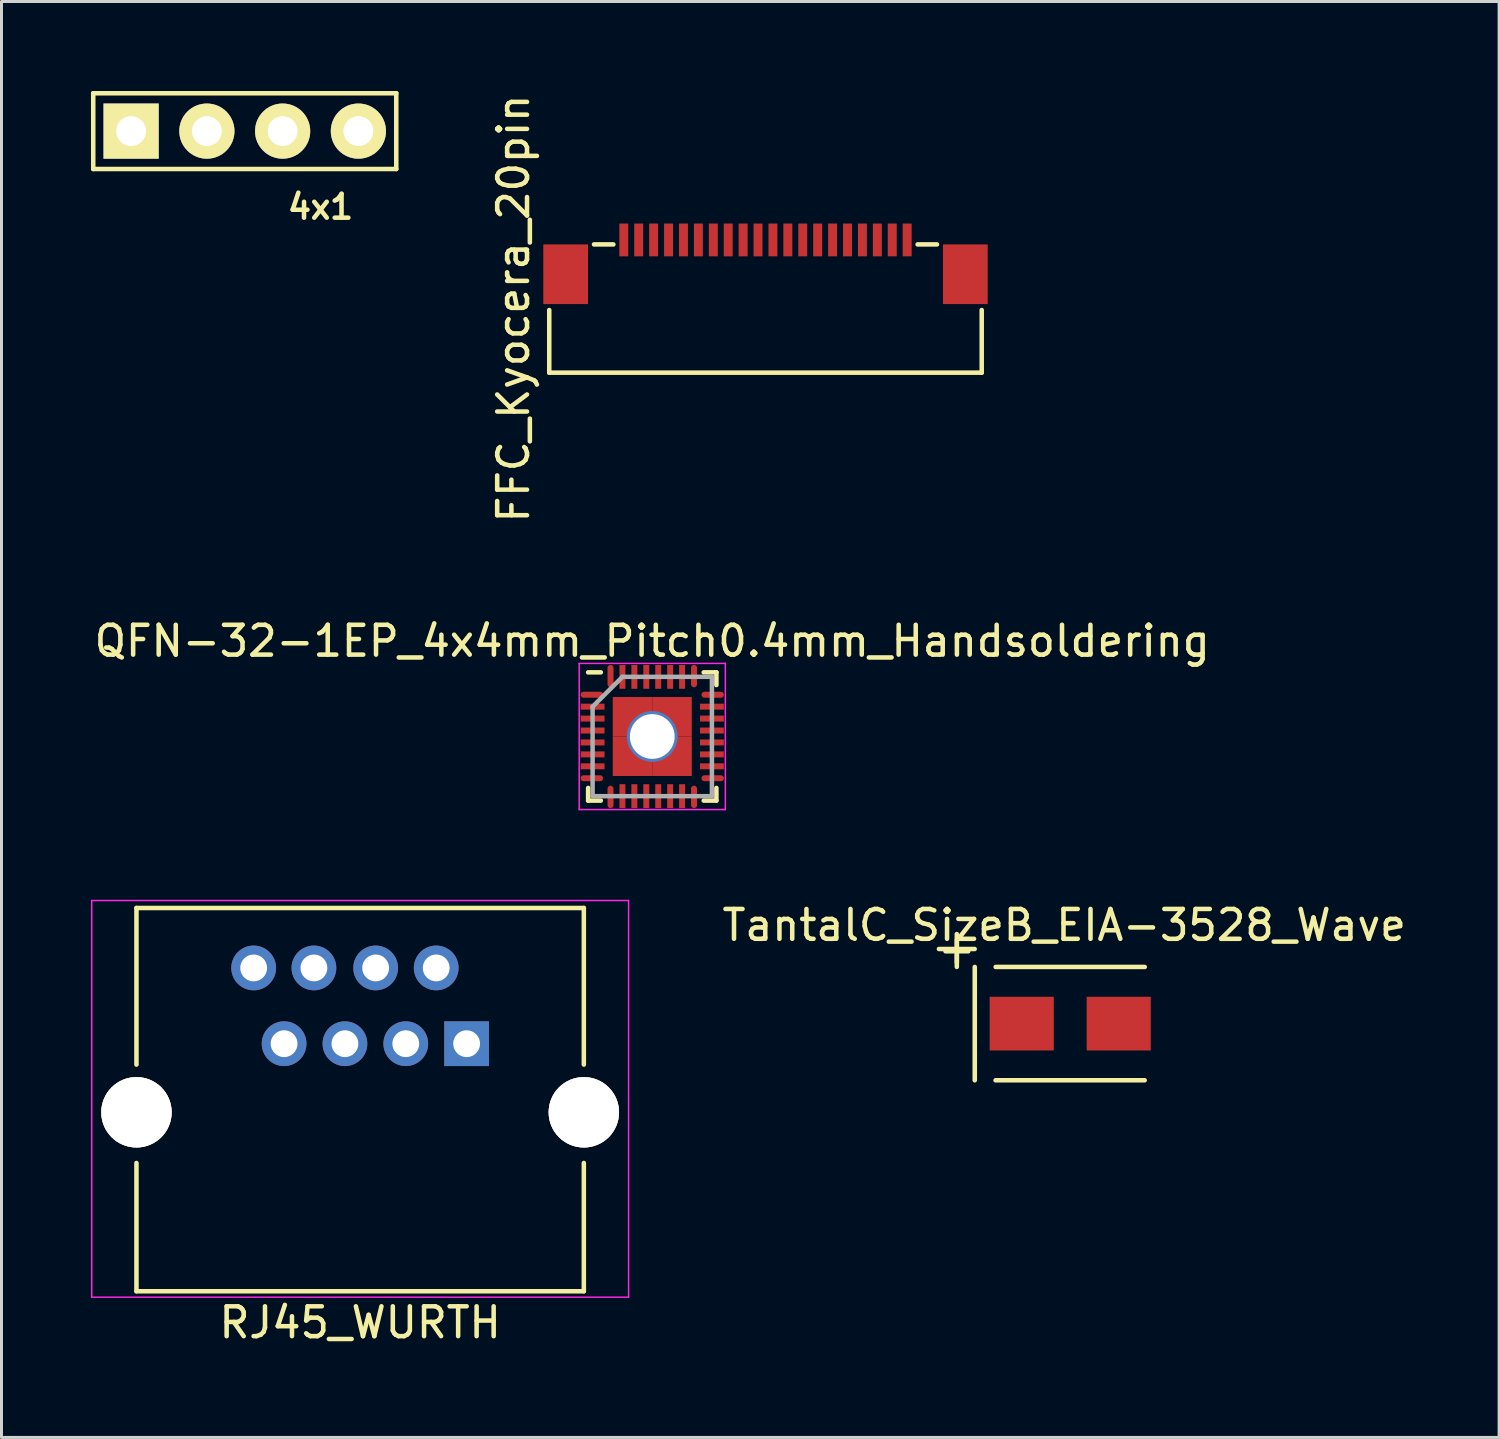
<source format=kicad_pcb>
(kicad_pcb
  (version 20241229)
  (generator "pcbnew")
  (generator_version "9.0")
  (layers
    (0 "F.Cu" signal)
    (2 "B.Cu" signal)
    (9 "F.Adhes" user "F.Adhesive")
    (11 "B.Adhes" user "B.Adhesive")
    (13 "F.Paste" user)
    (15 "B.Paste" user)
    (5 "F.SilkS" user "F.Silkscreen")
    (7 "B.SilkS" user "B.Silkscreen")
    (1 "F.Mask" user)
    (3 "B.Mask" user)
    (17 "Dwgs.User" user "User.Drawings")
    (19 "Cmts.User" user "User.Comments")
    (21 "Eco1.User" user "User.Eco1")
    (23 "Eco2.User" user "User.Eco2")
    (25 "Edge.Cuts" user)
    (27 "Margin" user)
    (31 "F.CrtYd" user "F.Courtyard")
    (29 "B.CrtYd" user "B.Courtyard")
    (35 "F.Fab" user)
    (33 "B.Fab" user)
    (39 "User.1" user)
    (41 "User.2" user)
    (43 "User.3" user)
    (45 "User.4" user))
  (footprint "QFN-32-1EP_4x4mm_Pitch0.4mm_Handsoldering"
    (layer "F.Cu")
    (at 18.819 21.643)
    (property "Reference" "QFN-32-1EP_4x4mm_Pitch0.4mm_Handsoldering" (at 0 -3.2 0) (layer "F.SilkS") (effects (font (size 1 1) (thickness 0.152))))
    (attr smd)
    (fp_line (start -2.15 -2.15) (end -1.725 -2.15) (stroke (width 0.152) (type solid)) (layer "F.SilkS"))
    (fp_line (start -2.15 2.15) (end -2.15 1.725) (stroke (width 0.152) (type solid)) (layer "F.SilkS"))
    (fp_line (start -2.15 2.15) (end -1.725 2.15) (stroke (width 0.152) (type solid)) (layer "F.SilkS"))
    (fp_line (start 2.15 -2.15) (end 1.725 -2.15) (stroke (width 0.152) (type solid)) (layer "F.SilkS"))
    (fp_line (start 2.15 -2.15) (end 2.15 -1.725) (stroke (width 0.152) (type solid)) (layer "F.SilkS"))
    (fp_line (start 2.15 2.15) (end 1.725 2.15) (stroke (width 0.152) (type solid)) (layer "F.SilkS"))
    (fp_line (start 2.15 2.15) (end 2.15 1.725) (stroke (width 0.152) (type solid)) (layer "F.SilkS"))
    (fp_line (start -2.45 -2.45) (end -2.45 2.45) (stroke (width 0.05) (type solid)) (layer "F.CrtYd"))
    (fp_line (start -2.45 -2.45) (end 2.45 -2.45) (stroke (width 0.05) (type solid)) (layer "F.CrtYd"))
    (fp_line (start -2.45 2.45) (end 2.45 2.45) (stroke (width 0.05) (type solid)) (layer "F.CrtYd"))
    (fp_line (start 2.45 -2.45) (end 2.45 2.45) (stroke (width 0.05) (type solid)) (layer "F.CrtYd"))
    (fp_line (start -2 -1) (end -1 -2) (stroke (width 0.15) (type solid)) (layer "F.Fab"))
    (fp_line (start -2 2) (end -2 -1) (stroke (width 0.15) (type solid)) (layer "F.Fab"))
    (fp_line (start -1 -2) (end 2 -2) (stroke (width 0.15) (type solid)) (layer "F.Fab"))
    (fp_line (start 2 -2) (end 2 2) (stroke (width 0.15) (type solid)) (layer "F.Fab"))
    (fp_line (start 2 2) (end -2 2) (stroke (width 0.15) (type solid)) (layer "F.Fab"))
    (pad "1" smd oval (at -2.025 -1.4) (size 0.75 0.2) (layers "F.Cu" "F.Mask" "F.Paste"))
    (pad "2" smd rect (at -2 -1) (size 0.8 0.2) (layers "F.Cu" "F.Mask" "F.Paste"))
    (pad "3" smd rect (at -2 -0.6) (size 0.8 0.2) (layers "F.Cu" "F.Mask" "F.Paste"))
    (pad "4" smd rect (at -2 -0.2) (size 0.8 0.2) (layers "F.Cu" "F.Mask" "F.Paste"))
    (pad "5" smd rect (at -2 0.2) (size 0.8 0.2) (layers "F.Cu" "F.Mask" "F.Paste"))
    (pad "6" smd rect (at -2 0.6) (size 0.8 0.2) (layers "F.Cu" "F.Mask" "F.Paste"))
    (pad "7" smd rect (at -2 1) (size 0.8 0.2) (layers "F.Cu" "F.Mask" "F.Paste"))
    (pad "8" smd oval (at -2.025 1.4) (size 0.75 0.2) (layers "F.Cu" "F.Mask" "F.Paste"))
    (pad "9" smd oval (at -1.4 2.025 90) (size 0.75 0.2) (layers "F.Cu" "F.Mask" "F.Paste"))
    (pad "10" smd rect (at -1 2 90) (size 0.8 0.2) (layers "F.Cu" "F.Mask" "F.Paste"))
    (pad "11" smd rect (at -0.6 2 90) (size 0.8 0.2) (layers "F.Cu" "F.Mask" "F.Paste"))
    (pad "12" smd rect (at -0.2 2 90) (size 0.8 0.2) (layers "F.Cu" "F.Mask" "F.Paste"))
    (pad "13" smd rect (at 0.2 2 90) (size 0.8 0.2) (layers "F.Cu" "F.Mask" "F.Paste"))
    (pad "14" smd rect (at 0.6 2 90) (size 0.8 0.2) (layers "F.Cu" "F.Mask" "F.Paste"))
    (pad "15" smd rect (at 1 2 90) (size 0.8 0.2) (layers "F.Cu" "F.Mask" "F.Paste"))
    (pad "16" smd oval (at 1.4 2.025 90) (size 0.75 0.2) (layers "F.Cu" "F.Mask" "F.Paste"))
    (pad "17" smd oval (at 2.025 1.4) (size 0.75 0.2) (layers "F.Cu" "F.Mask" "F.Paste"))
    (pad "18" smd rect (at 2 1) (size 0.8 0.2) (layers "F.Cu" "F.Mask" "F.Paste"))
    (pad "19" smd rect (at 2 0.6) (size 0.8 0.2) (layers "F.Cu" "F.Mask" "F.Paste"))
    (pad "20" smd rect (at 2 0.2) (size 0.8 0.2) (layers "F.Cu" "F.Mask" "F.Paste"))
    (pad "21" smd rect (at 2 -0.2) (size 0.8 0.2) (layers "F.Cu" "F.Mask" "F.Paste"))
    (pad "22" smd rect (at 2 -0.6) (size 0.8 0.2) (layers "F.Cu" "F.Mask" "F.Paste"))
    (pad "23" smd rect (at 2 -1) (size 0.8 0.2) (layers "F.Cu" "F.Mask" "F.Paste"))
    (pad "24" smd oval (at 2.025 -1.4) (size 0.75 0.2) (layers "F.Cu" "F.Mask" "F.Paste"))
    (pad "25" smd oval (at 1.4 -2.025 90) (size 0.75 0.2) (layers "F.Cu" "F.Mask" "F.Paste"))
    (pad "26" smd rect (at 1 -2 90) (size 0.8 0.2) (layers "F.Cu" "F.Mask" "F.Paste"))
    (pad "27" smd rect (at 0.6 -2 90) (size 0.8 0.2) (layers "F.Cu" "F.Mask" "F.Paste"))
    (pad "28" smd rect (at 0.2 -2 90) (size 0.8 0.2) (layers "F.Cu" "F.Mask" "F.Paste"))
    (pad "29" smd rect (at -0.2 -2 90) (size 0.8 0.2) (layers "F.Cu" "F.Mask" "F.Paste"))
    (pad "30" smd rect (at -0.6 -2 90) (size 0.8 0.2) (layers "F.Cu" "F.Mask" "F.Paste"))
    (pad "31" smd rect (at -1 -2 90) (size 0.8 0.2) (layers "F.Cu" "F.Mask" "F.Paste"))
    (pad "32" smd oval (at -1.4 -2.025 90) (size 0.75 0.2) (layers "F.Cu" "F.Mask" "F.Paste"))
    (pad "33" smd rect (at -0.662 -0.662) (size 1.325 1.325) (layers "F.Cu" "F.Mask" "F.Paste"))
    (pad "33" smd rect (at -0.662 0.662) (size 1.325 1.325) (layers "F.Cu" "F.Mask" "F.Paste"))
    (pad "33" thru_hole circle (at 0 0 90) (size 1.7 1.7) (drill 1.5) (layers "*.Cu" "*.Mask"))
    (pad "33" smd rect (at 0.662 -0.662) (size 1.325 1.325) (layers "F.Cu" "F.Mask" "F.Paste"))
    (pad "33" smd rect (at 0.662 0.662) (size 1.325 1.325) (layers "F.Cu" "F.Mask" "F.Paste")))
  (footprint "RJ45_WURTH"
    (layer "F.Cu")
    (at 9.025 31.943)
    (property "Reference" "RJ45_WURTH" (at 0 9.35 0) (layer "F.SilkS") (effects (font (size 1 1) (thickness 0.152))))
    (attr through_hole)
    (fp_line (start -7.5 -4.55) (end -7.5 0.7) (stroke (width 0.152) (type solid)) (layer "F.SilkS"))
    (fp_line (start -7.5 4) (end -7.5 8.3) (stroke (width 0.152) (type solid)) (layer "F.SilkS"))
    (fp_line (start -7.5 8.3) (end 7.5 8.3) (stroke (width 0.152) (type solid)) (layer "F.SilkS"))
    (fp_line (start 7.5 -4.55) (end -7.5 -4.55) (stroke (width 0.152) (type solid)) (layer "F.SilkS"))
    (fp_line (start 7.5 -4.55) (end 7.5 0.7) (stroke (width 0.152) (type solid)) (layer "F.SilkS"))
    (fp_line (start 7.5 4) (end 7.5 8.3) (stroke (width 0.152) (type solid)) (layer "F.SilkS"))
    (fp_line (start -9 -4.8) (end -9 8.5) (stroke (width 0.05) (type solid)) (layer "F.CrtYd"))
    (fp_line (start -9 -4.8) (end 9 -4.8) (stroke (width 0.05) (type solid)) (layer "F.CrtYd"))
    (fp_line (start 9 8.5) (end -9 8.5) (stroke (width 0.05) (type solid)) (layer "F.CrtYd"))
    (fp_line (start 9 8.5) (end 9 -4.8) (stroke (width 0.05) (type solid)) (layer "F.CrtYd"))
    (pad "" np_thru_hole circle (at -7.5 2.3) (size 2.36 2.36) (drill 2.36) (layers "*.Cu" "*.SilkS" "*.Mask"))
    (pad "" np_thru_hole circle (at 7.5 2.3) (size 2.36 2.36) (drill 2.36) (layers "*.Cu" "*.SilkS" "*.Mask"))
    (pad "1" thru_hole rect (at 3.57 0) (size 1.5 1.5) (drill 0.9) (layers "*.Cu" "*.Mask"))
    (pad "2" thru_hole circle (at 2.55 -2.54) (size 1.5 1.5) (drill 0.9) (layers "*.Cu" "*.Mask"))
    (pad "3" thru_hole circle (at 1.53 0) (size 1.5 1.5) (drill 0.9) (layers "*.Cu" "*.Mask"))
    (pad "4" thru_hole circle (at 0.52 -2.54) (size 1.5 1.5) (drill 0.9) (layers "*.Cu" "*.Mask"))
    (pad "5" thru_hole circle (at -0.51 0) (size 1.5 1.5) (drill 0.9) (layers "*.Cu" "*.Mask"))
    (pad "6" thru_hole circle (at -1.55 -2.54) (size 1.5 1.5) (drill 0.9) (layers "*.Cu" "*.Mask"))
    (pad "7" thru_hole circle (at -2.55 0) (size 1.5 1.5) (drill 0.9) (layers "*.Cu" "*.Mask"))
    (pad "8" thru_hole circle (at -3.57 -2.54) (size 1.5 1.5) (drill 0.9) (layers "*.Cu" "*.Mask")))
  (footprint "4x1"
    (layer "F.Cu")
    (at 1.346 1.346)
    (property "Reference" "4x1" (at 6.35 2.54 0) (layer "F.SilkS") (effects (font (size 0.8 0.8) (thickness 0.152))))
    (attr through_hole)
    (fp_line (start -1.27 -1.27) (end -1.27 1.27) (stroke (width 0.152) (type solid)) (layer "F.SilkS"))
    (fp_line (start -1.27 1.27) (end 8.89 1.27) (stroke (width 0.152) (type solid)) (layer "F.SilkS"))
    (fp_line (start 8.89 -1.27) (end -1.27 -1.27) (stroke (width 0.152) (type solid)) (layer "F.SilkS"))
    (fp_line (start 8.89 1.27) (end 8.89 -1.27) (stroke (width 0.152) (type solid)) (layer "F.SilkS"))
    (pad "1" thru_hole rect (at 0 0) (size 1.85 1.85) (drill 1) (layers "*.Cu" "*.Mask" "F.SilkS"))
    (pad "2" thru_hole circle (at 2.54 0) (size 1.85 1.85) (drill 1) (layers "*.Cu" "*.Mask" "F.SilkS"))
    (pad "3" thru_hole circle (at 5.08 0) (size 1.85 1.85) (drill 1) (layers "*.Cu" "*.Mask" "F.SilkS"))
    (pad "4" thru_hole circle (at 7.62 0) (size 1.85 1.85) (drill 1) (layers "*.Cu" "*.Mask" "F.SilkS")))
  (footprint "TantalC_SizeB_EIA-3528_Wave"
    (layer "F.Cu")
    (at 32.832 31.27)
    (property "Reference" "TantalC_SizeB_EIA-3528_Wave" (at -0.201 -3.299 0) (layer "F.SilkS") (effects (font (size 1 1) (thickness 0.152))))
    (attr smd)
    (fp_line (start -4.402 -2.502) (end -3.203 -2.502) (stroke (width 0.152) (type solid)) (layer "F.SilkS"))
    (fp_line (start -3.802 -3.002) (end -3.802 -1.902) (stroke (width 0.152) (type solid)) (layer "F.SilkS"))
    (fp_line (start -3.2 -1.9) (end -3.2 1.9) (stroke (width 0.152) (type solid)) (layer "F.SilkS"))
    (fp_line (start 2.497 1.9) (end -2.502 1.9) (stroke (width 0.152) (type solid)) (layer "F.SilkS"))
    (fp_line (start 2.499 -1.9) (end -2.499 -1.9) (stroke (width 0.152) (type solid)) (layer "F.SilkS"))
    (fp_text user "+" (at -3.8 -2.499 0) (layer "F.SilkS") (effects (font (size 1 1) (thickness 0.15))))
    (pad "1" smd rect (at -1.626 0) (size 2.149 1.801) (layers "F.Cu" "F.Mask" "F.Paste"))
    (pad "2" smd rect (at 1.626 0) (size 2.149 1.801) (layers "F.Cu" "F.Mask" "F.Paste")))
  (footprint "FFC_Kyocera_20pin"
    (layer "F.Cu")
    (at 22.615 4.995)
    (property "Reference" "FFC_Kyocera_20pin" (at -8.45 2.3 90) (layer "F.SilkS") (effects (font (size 1 1) (thickness 0.152))))
    (attr through_hole)
    (fp_line (start -7.25 4.45) (end -7.25 2.35) (stroke (width 0.152) (type solid)) (layer "F.SilkS"))
    (fp_line (start -7.25 4.45) (end 7.25 4.45) (stroke (width 0.152) (type solid)) (layer "F.SilkS"))
    (fp_line (start -5.75 0.15) (end -5.1 0.15) (stroke (width 0.152) (type solid)) (layer "F.SilkS"))
    (fp_line (start 5.1 0.15) (end 5.75 0.15) (stroke (width 0.152) (type solid)) (layer "F.SilkS"))
    (fp_line (start 7.25 4.45) (end 7.25 2.35) (stroke (width 0.152) (type solid)) (layer "F.SilkS"))
    (pad "1" smd rect (at -4.75 0) (size 0.3 1.1) (layers "F.Cu" "F.Mask" "F.Paste"))
    (pad "2" smd rect (at -4.25 0) (size 0.3 1.1) (layers "F.Cu" "F.Mask" "F.Paste"))
    (pad "3" smd rect (at -3.75 0) (size 0.3 1.1) (layers "F.Cu" "F.Mask" "F.Paste"))
    (pad "4" smd rect (at -3.25 0) (size 0.3 1.1) (layers "F.Cu" "F.Mask" "F.Paste"))
    (pad "5" smd rect (at -2.75 0) (size 0.3 1.1) (layers "F.Cu" "F.Mask" "F.Paste"))
    (pad "6" smd rect (at -2.25 0) (size 0.3 1.1) (layers "F.Cu" "F.Mask" "F.Paste"))
    (pad "7" smd rect (at -1.75 0) (size 0.3 1.1) (layers "F.Cu" "F.Mask" "F.Paste"))
    (pad "8" smd rect (at -1.25 0) (size 0.3 1.1) (layers "F.Cu" "F.Mask" "F.Paste"))
    (pad "9" smd rect (at -0.75 0) (size 0.3 1.1) (layers "F.Cu" "F.Mask" "F.Paste"))
    (pad "10" smd rect (at -0.25 0) (size 0.3 1.1) (layers "F.Cu" "F.Mask" "F.Paste"))
    (pad "11" smd rect (at 0.25 0) (size 0.3 1.1) (layers "F.Cu" "F.Mask" "F.Paste"))
    (pad "12" smd rect (at 0.75 0) (size 0.3 1.1) (layers "F.Cu" "F.Mask" "F.Paste"))
    (pad "13" smd rect (at 1.25 0) (size 0.3 1.1) (layers "F.Cu" "F.Mask" "F.Paste"))
    (pad "14" smd rect (at 1.75 0) (size 0.3 1.1) (layers "F.Cu" "F.Mask" "F.Paste"))
    (pad "15" smd rect (at 2.25 0) (size 0.3 1.1) (layers "F.Cu" "F.Mask" "F.Paste"))
    (pad "16" smd rect (at 2.75 0) (size 0.3 1.1) (layers "F.Cu" "F.Mask" "F.Paste"))
    (pad "17" smd rect (at 3.25 0) (size 0.3 1.1) (layers "F.Cu" "F.Mask" "F.Paste"))
    (pad "18" smd rect (at 3.75 0) (size 0.3 1.1) (layers "F.Cu" "F.Mask" "F.Paste"))
    (pad "19" smd rect (at 4.25 0) (size 0.3 1.1) (layers "F.Cu" "F.Mask" "F.Paste"))
    (pad "20" smd rect (at 4.75 0) (size 0.3 1.1) (layers "F.Cu" "F.Mask" "F.Paste"))
    (pad "21" smd rect (at -6.7 1.15) (size 1.5 2) (layers "F.Cu" "F.Mask" "F.Paste"))
    (pad "22" smd rect (at 6.7 1.15) (size 1.5 2) (layers "F.Cu" "F.Mask" "F.Paste")))
  (gr_rect
    (start -3 -3)
    (end 47.212 45.145)
    (stroke (width 0.1) (type default))
    (fill no)
    (layer "Edge.Cuts")))
</source>
